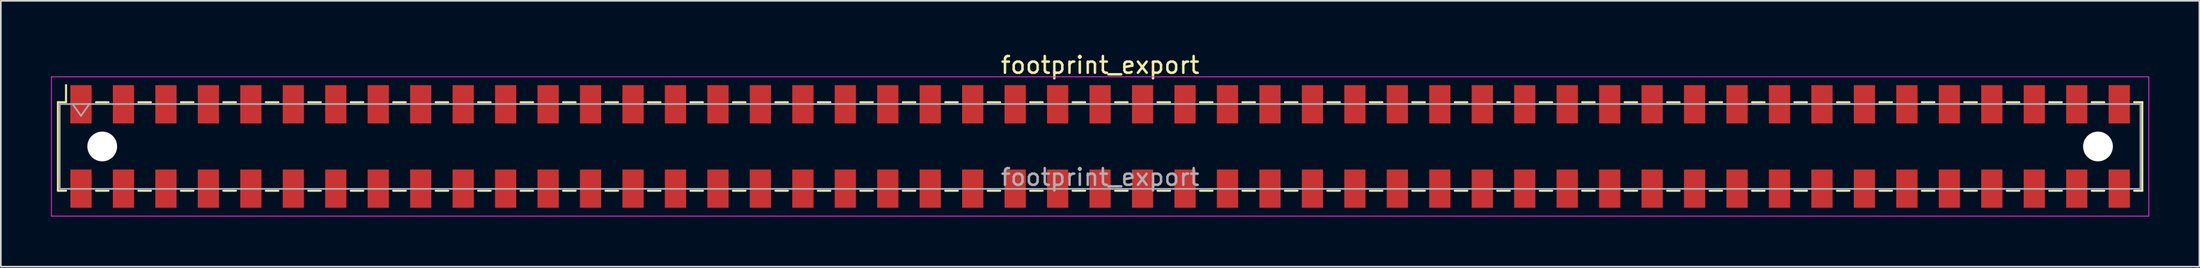
<source format=kicad_pcb>
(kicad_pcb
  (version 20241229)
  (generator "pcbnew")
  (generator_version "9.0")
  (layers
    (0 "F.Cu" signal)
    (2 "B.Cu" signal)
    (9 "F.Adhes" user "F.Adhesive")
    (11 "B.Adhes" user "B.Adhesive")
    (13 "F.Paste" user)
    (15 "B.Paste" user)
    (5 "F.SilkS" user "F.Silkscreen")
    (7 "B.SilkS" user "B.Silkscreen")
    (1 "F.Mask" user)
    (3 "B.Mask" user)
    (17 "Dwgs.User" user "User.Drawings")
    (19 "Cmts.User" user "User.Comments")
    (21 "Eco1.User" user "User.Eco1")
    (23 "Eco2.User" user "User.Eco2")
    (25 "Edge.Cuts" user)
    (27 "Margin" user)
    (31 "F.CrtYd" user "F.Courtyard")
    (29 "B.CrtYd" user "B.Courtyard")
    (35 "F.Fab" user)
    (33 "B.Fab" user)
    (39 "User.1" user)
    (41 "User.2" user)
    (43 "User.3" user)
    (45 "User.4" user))
  (footprint "footprint_export"
    (layer "F.Cu")
    (at 62.755 5.718)
    (property "Reference" "footprint_export" (at 0 -4.87 0) (layer "F.SilkS") (effects (font (size 1 1) (thickness 0.15))))
    (attr smd)
    (fp_line (start -62.34 -2.65) (end -62.34 2.65) (stroke (width 0.12) (type solid)) (layer "F.SilkS"))
    (fp_line (start -62.34 2.65) (end -61.855 2.65) (stroke (width 0.12) (type solid)) (layer "F.SilkS"))
    (fp_line (start -61.855 -3.67) (end -61.855 -2.65) (stroke (width 0.12) (type solid)) (layer "F.SilkS"))
    (fp_line (start -61.855 -2.65) (end -62.34 -2.65) (stroke (width 0.12) (type solid)) (layer "F.SilkS"))
    (fp_line (start -60.065 -2.65) (end -59.315 -2.65) (stroke (width 0.12) (type solid)) (layer "F.SilkS"))
    (fp_line (start -60.065 2.65) (end -59.315 2.65) (stroke (width 0.12) (type solid)) (layer "F.SilkS"))
    (fp_line (start -57.525 -2.65) (end -56.775 -2.65) (stroke (width 0.12) (type solid)) (layer "F.SilkS"))
    (fp_line (start -57.525 2.65) (end -56.775 2.65) (stroke (width 0.12) (type solid)) (layer "F.SilkS"))
    (fp_line (start -54.985 -2.65) (end -54.235 -2.65) (stroke (width 0.12) (type solid)) (layer "F.SilkS"))
    (fp_line (start -54.985 2.65) (end -54.235 2.65) (stroke (width 0.12) (type solid)) (layer "F.SilkS"))
    (fp_line (start -52.445 -2.65) (end -51.695 -2.65) (stroke (width 0.12) (type solid)) (layer "F.SilkS"))
    (fp_line (start -52.445 2.65) (end -51.695 2.65) (stroke (width 0.12) (type solid)) (layer "F.SilkS"))
    (fp_line (start -49.905 -2.65) (end -49.155 -2.65) (stroke (width 0.12) (type solid)) (layer "F.SilkS"))
    (fp_line (start -49.905 2.65) (end -49.155 2.65) (stroke (width 0.12) (type solid)) (layer "F.SilkS"))
    (fp_line (start -47.365 -2.65) (end -46.615 -2.65) (stroke (width 0.12) (type solid)) (layer "F.SilkS"))
    (fp_line (start -47.365 2.65) (end -46.615 2.65) (stroke (width 0.12) (type solid)) (layer "F.SilkS"))
    (fp_line (start -44.825 -2.65) (end -44.075 -2.65) (stroke (width 0.12) (type solid)) (layer "F.SilkS"))
    (fp_line (start -44.825 2.65) (end -44.075 2.65) (stroke (width 0.12) (type solid)) (layer "F.SilkS"))
    (fp_line (start -42.285 -2.65) (end -41.535 -2.65) (stroke (width 0.12) (type solid)) (layer "F.SilkS"))
    (fp_line (start -42.285 2.65) (end -41.535 2.65) (stroke (width 0.12) (type solid)) (layer "F.SilkS"))
    (fp_line (start -39.745 -2.65) (end -38.995 -2.65) (stroke (width 0.12) (type solid)) (layer "F.SilkS"))
    (fp_line (start -39.745 2.65) (end -38.995 2.65) (stroke (width 0.12) (type solid)) (layer "F.SilkS"))
    (fp_line (start -37.205 -2.65) (end -36.455 -2.65) (stroke (width 0.12) (type solid)) (layer "F.SilkS"))
    (fp_line (start -37.205 2.65) (end -36.455 2.65) (stroke (width 0.12) (type solid)) (layer "F.SilkS"))
    (fp_line (start -34.665 -2.65) (end -33.915 -2.65) (stroke (width 0.12) (type solid)) (layer "F.SilkS"))
    (fp_line (start -34.665 2.65) (end -33.915 2.65) (stroke (width 0.12) (type solid)) (layer "F.SilkS"))
    (fp_line (start -32.125 -2.65) (end -31.375 -2.65) (stroke (width 0.12) (type solid)) (layer "F.SilkS"))
    (fp_line (start -32.125 2.65) (end -31.375 2.65) (stroke (width 0.12) (type solid)) (layer "F.SilkS"))
    (fp_line (start -29.585 -2.65) (end -28.835 -2.65) (stroke (width 0.12) (type solid)) (layer "F.SilkS"))
    (fp_line (start -29.585 2.65) (end -28.835 2.65) (stroke (width 0.12) (type solid)) (layer "F.SilkS"))
    (fp_line (start -27.045 -2.65) (end -26.295 -2.65) (stroke (width 0.12) (type solid)) (layer "F.SilkS"))
    (fp_line (start -27.045 2.65) (end -26.295 2.65) (stroke (width 0.12) (type solid)) (layer "F.SilkS"))
    (fp_line (start -24.505 -2.65) (end -23.755 -2.65) (stroke (width 0.12) (type solid)) (layer "F.SilkS"))
    (fp_line (start -24.505 2.65) (end -23.755 2.65) (stroke (width 0.12) (type solid)) (layer "F.SilkS"))
    (fp_line (start -21.965 -2.65) (end -21.215 -2.65) (stroke (width 0.12) (type solid)) (layer "F.SilkS"))
    (fp_line (start -21.965 2.65) (end -21.215 2.65) (stroke (width 0.12) (type solid)) (layer "F.SilkS"))
    (fp_line (start -19.425 -2.65) (end -18.675 -2.65) (stroke (width 0.12) (type solid)) (layer "F.SilkS"))
    (fp_line (start -19.425 2.65) (end -18.675 2.65) (stroke (width 0.12) (type solid)) (layer "F.SilkS"))
    (fp_line (start -16.885 -2.65) (end -16.135 -2.65) (stroke (width 0.12) (type solid)) (layer "F.SilkS"))
    (fp_line (start -16.885 2.65) (end -16.135 2.65) (stroke (width 0.12) (type solid)) (layer "F.SilkS"))
    (fp_line (start -14.345 -2.65) (end -13.595 -2.65) (stroke (width 0.12) (type solid)) (layer "F.SilkS"))
    (fp_line (start -14.345 2.65) (end -13.595 2.65) (stroke (width 0.12) (type solid)) (layer "F.SilkS"))
    (fp_line (start -11.805 -2.65) (end -11.055 -2.65) (stroke (width 0.12) (type solid)) (layer "F.SilkS"))
    (fp_line (start -11.805 2.65) (end -11.055 2.65) (stroke (width 0.12) (type solid)) (layer "F.SilkS"))
    (fp_line (start -9.265 -2.65) (end -8.515 -2.65) (stroke (width 0.12) (type solid)) (layer "F.SilkS"))
    (fp_line (start -9.265 2.65) (end -8.515 2.65) (stroke (width 0.12) (type solid)) (layer "F.SilkS"))
    (fp_line (start -6.725 -2.65) (end -5.975 -2.65) (stroke (width 0.12) (type solid)) (layer "F.SilkS"))
    (fp_line (start -6.725 2.65) (end -5.975 2.65) (stroke (width 0.12) (type solid)) (layer "F.SilkS"))
    (fp_line (start -4.185 -2.65) (end -3.435 -2.65) (stroke (width 0.12) (type solid)) (layer "F.SilkS"))
    (fp_line (start -4.185 2.65) (end -3.435 2.65) (stroke (width 0.12) (type solid)) (layer "F.SilkS"))
    (fp_line (start -1.645 -2.65) (end -0.895 -2.65) (stroke (width 0.12) (type solid)) (layer "F.SilkS"))
    (fp_line (start -1.645 2.65) (end -0.895 2.65) (stroke (width 0.12) (type solid)) (layer "F.SilkS"))
    (fp_line (start 0.895 -2.65) (end 1.645 -2.65) (stroke (width 0.12) (type solid)) (layer "F.SilkS"))
    (fp_line (start 0.895 2.65) (end 1.645 2.65) (stroke (width 0.12) (type solid)) (layer "F.SilkS"))
    (fp_line (start 3.435 -2.65) (end 4.185 -2.65) (stroke (width 0.12) (type solid)) (layer "F.SilkS"))
    (fp_line (start 3.435 2.65) (end 4.185 2.65) (stroke (width 0.12) (type solid)) (layer "F.SilkS"))
    (fp_line (start 5.975 -2.65) (end 6.725 -2.65) (stroke (width 0.12) (type solid)) (layer "F.SilkS"))
    (fp_line (start 5.975 2.65) (end 6.725 2.65) (stroke (width 0.12) (type solid)) (layer "F.SilkS"))
    (fp_line (start 8.515 -2.65) (end 9.265 -2.65) (stroke (width 0.12) (type solid)) (layer "F.SilkS"))
    (fp_line (start 8.515 2.65) (end 9.265 2.65) (stroke (width 0.12) (type solid)) (layer "F.SilkS"))
    (fp_line (start 11.055 -2.65) (end 11.805 -2.65) (stroke (width 0.12) (type solid)) (layer "F.SilkS"))
    (fp_line (start 11.055 2.65) (end 11.805 2.65) (stroke (width 0.12) (type solid)) (layer "F.SilkS"))
    (fp_line (start 13.595 -2.65) (end 14.345 -2.65) (stroke (width 0.12) (type solid)) (layer "F.SilkS"))
    (fp_line (start 13.595 2.65) (end 14.345 2.65) (stroke (width 0.12) (type solid)) (layer "F.SilkS"))
    (fp_line (start 16.135 -2.65) (end 16.885 -2.65) (stroke (width 0.12) (type solid)) (layer "F.SilkS"))
    (fp_line (start 16.135 2.65) (end 16.885 2.65) (stroke (width 0.12) (type solid)) (layer "F.SilkS"))
    (fp_line (start 18.675 -2.65) (end 19.425 -2.65) (stroke (width 0.12) (type solid)) (layer "F.SilkS"))
    (fp_line (start 18.675 2.65) (end 19.425 2.65) (stroke (width 0.12) (type solid)) (layer "F.SilkS"))
    (fp_line (start 21.215 -2.65) (end 21.965 -2.65) (stroke (width 0.12) (type solid)) (layer "F.SilkS"))
    (fp_line (start 21.215 2.65) (end 21.965 2.65) (stroke (width 0.12) (type solid)) (layer "F.SilkS"))
    (fp_line (start 23.755 -2.65) (end 24.505 -2.65) (stroke (width 0.12) (type solid)) (layer "F.SilkS"))
    (fp_line (start 23.755 2.65) (end 24.505 2.65) (stroke (width 0.12) (type solid)) (layer "F.SilkS"))
    (fp_line (start 26.295 -2.65) (end 27.045 -2.65) (stroke (width 0.12) (type solid)) (layer "F.SilkS"))
    (fp_line (start 26.295 2.65) (end 27.045 2.65) (stroke (width 0.12) (type solid)) (layer "F.SilkS"))
    (fp_line (start 28.835 -2.65) (end 29.585 -2.65) (stroke (width 0.12) (type solid)) (layer "F.SilkS"))
    (fp_line (start 28.835 2.65) (end 29.585 2.65) (stroke (width 0.12) (type solid)) (layer "F.SilkS"))
    (fp_line (start 31.375 -2.65) (end 32.125 -2.65) (stroke (width 0.12) (type solid)) (layer "F.SilkS"))
    (fp_line (start 31.375 2.65) (end 32.125 2.65) (stroke (width 0.12) (type solid)) (layer "F.SilkS"))
    (fp_line (start 33.915 -2.65) (end 34.665 -2.65) (stroke (width 0.12) (type solid)) (layer "F.SilkS"))
    (fp_line (start 33.915 2.65) (end 34.665 2.65) (stroke (width 0.12) (type solid)) (layer "F.SilkS"))
    (fp_line (start 36.455 -2.65) (end 37.205 -2.65) (stroke (width 0.12) (type solid)) (layer "F.SilkS"))
    (fp_line (start 36.455 2.65) (end 37.205 2.65) (stroke (width 0.12) (type solid)) (layer "F.SilkS"))
    (fp_line (start 38.995 -2.65) (end 39.745 -2.65) (stroke (width 0.12) (type solid)) (layer "F.SilkS"))
    (fp_line (start 38.995 2.65) (end 39.745 2.65) (stroke (width 0.12) (type solid)) (layer "F.SilkS"))
    (fp_line (start 41.535 -2.65) (end 42.285 -2.65) (stroke (width 0.12) (type solid)) (layer "F.SilkS"))
    (fp_line (start 41.535 2.65) (end 42.285 2.65) (stroke (width 0.12) (type solid)) (layer "F.SilkS"))
    (fp_line (start 44.075 -2.65) (end 44.825 -2.65) (stroke (width 0.12) (type solid)) (layer "F.SilkS"))
    (fp_line (start 44.075 2.65) (end 44.825 2.65) (stroke (width 0.12) (type solid)) (layer "F.SilkS"))
    (fp_line (start 46.615 -2.65) (end 47.365 -2.65) (stroke (width 0.12) (type solid)) (layer "F.SilkS"))
    (fp_line (start 46.615 2.65) (end 47.365 2.65) (stroke (width 0.12) (type solid)) (layer "F.SilkS"))
    (fp_line (start 49.155 -2.65) (end 49.905 -2.65) (stroke (width 0.12) (type solid)) (layer "F.SilkS"))
    (fp_line (start 49.155 2.65) (end 49.905 2.65) (stroke (width 0.12) (type solid)) (layer "F.SilkS"))
    (fp_line (start 51.695 -2.65) (end 52.445 -2.65) (stroke (width 0.12) (type solid)) (layer "F.SilkS"))
    (fp_line (start 51.695 2.65) (end 52.445 2.65) (stroke (width 0.12) (type solid)) (layer "F.SilkS"))
    (fp_line (start 54.235 -2.65) (end 54.985 -2.65) (stroke (width 0.12) (type solid)) (layer "F.SilkS"))
    (fp_line (start 54.235 2.65) (end 54.985 2.65) (stroke (width 0.12) (type solid)) (layer "F.SilkS"))
    (fp_line (start 56.775 -2.65) (end 57.525 -2.65) (stroke (width 0.12) (type solid)) (layer "F.SilkS"))
    (fp_line (start 56.775 2.65) (end 57.525 2.65) (stroke (width 0.12) (type solid)) (layer "F.SilkS"))
    (fp_line (start 59.315 -2.65) (end 60.065 -2.65) (stroke (width 0.12) (type solid)) (layer "F.SilkS"))
    (fp_line (start 59.315 2.65) (end 60.065 2.65) (stroke (width 0.12) (type solid)) (layer "F.SilkS"))
    (fp_line (start 61.855 -2.65) (end 62.34 -2.65) (stroke (width 0.12) (type solid)) (layer "F.SilkS"))
    (fp_line (start 62.34 -2.65) (end 62.34 2.65) (stroke (width 0.12) (type solid)) (layer "F.SilkS"))
    (fp_line (start 62.34 2.65) (end 61.855 2.65) (stroke (width 0.12) (type solid)) (layer "F.SilkS"))
    (fp_line (start -62.73 -4.17) (end 62.73 -4.17) (stroke (width 0.05) (type solid)) (layer "F.CrtYd"))
    (fp_line (start -62.73 4.17) (end -62.73 -4.17) (stroke (width 0.05) (type solid)) (layer "F.CrtYd"))
    (fp_line (start 62.73 -4.17) (end 62.73 4.17) (stroke (width 0.05) (type solid)) (layer "F.CrtYd"))
    (fp_line (start 62.73 4.17) (end -62.73 4.17) (stroke (width 0.05) (type solid)) (layer "F.CrtYd"))
    (fp_line (start -62.23 -2.54) (end 62.23 -2.54) (stroke (width 0.1) (type solid)) (layer "F.Fab"))
    (fp_line (start -62.23 2.54) (end -62.23 -2.54) (stroke (width 0.1) (type solid)) (layer "F.Fab"))
    (fp_line (start -61.46 -2.54) (end -60.96 -1.833) (stroke (width 0.1) (type solid)) (layer "F.Fab"))
    (fp_line (start -60.96 -1.833) (end -60.46 -2.54) (stroke (width 0.1) (type solid)) (layer "F.Fab"))
    (fp_line (start 62.23 -2.54) (end 62.23 2.54) (stroke (width 0.1) (type solid)) (layer "F.Fab"))
    (fp_line (start 62.23 2.54) (end -62.23 2.54) (stroke (width 0.1) (type solid)) (layer "F.Fab"))
    (fp_text user "${REFERENCE}" (at 0 1.84 0) (layer "F.Fab") (effects (font (size 1 1) (thickness 0.15))))
    (pad "" np_thru_hole circle (at -59.69 0) (size 1.78 1.78) (drill 1.78) (layers "*.Cu" "*.Mask"))
    (pad "" np_thru_hole circle (at 59.69 0) (size 1.78 1.78) (drill 1.78) (layers "*.Cu" "*.Mask"))
    (pad "1" smd rect (at -60.96 -2.525) (size 1.27 2.29) (layers "F.Cu" "F.Mask" "F.Paste"))
    (pad "2" smd rect (at -60.96 2.525) (size 1.27 2.29) (layers "F.Cu" "F.Mask" "F.Paste"))
    (pad "3" smd rect (at -58.42 -2.525) (size 1.27 2.29) (layers "F.Cu" "F.Mask" "F.Paste"))
    (pad "4" smd rect (at -58.42 2.525) (size 1.27 2.29) (layers "F.Cu" "F.Mask" "F.Paste"))
    (pad "5" smd rect (at -55.88 -2.525) (size 1.27 2.29) (layers "F.Cu" "F.Mask" "F.Paste"))
    (pad "6" smd rect (at -55.88 2.525) (size 1.27 2.29) (layers "F.Cu" "F.Mask" "F.Paste"))
    (pad "7" smd rect (at -53.34 -2.525) (size 1.27 2.29) (layers "F.Cu" "F.Mask" "F.Paste"))
    (pad "8" smd rect (at -53.34 2.525) (size 1.27 2.29) (layers "F.Cu" "F.Mask" "F.Paste"))
    (pad "9" smd rect (at -50.8 -2.525) (size 1.27 2.29) (layers "F.Cu" "F.Mask" "F.Paste"))
    (pad "10" smd rect (at -50.8 2.525) (size 1.27 2.29) (layers "F.Cu" "F.Mask" "F.Paste"))
    (pad "11" smd rect (at -48.26 -2.525) (size 1.27 2.29) (layers "F.Cu" "F.Mask" "F.Paste"))
    (pad "12" smd rect (at -48.26 2.525) (size 1.27 2.29) (layers "F.Cu" "F.Mask" "F.Paste"))
    (pad "13" smd rect (at -45.72 -2.525) (size 1.27 2.29) (layers "F.Cu" "F.Mask" "F.Paste"))
    (pad "14" smd rect (at -45.72 2.525) (size 1.27 2.29) (layers "F.Cu" "F.Mask" "F.Paste"))
    (pad "15" smd rect (at -43.18 -2.525) (size 1.27 2.29) (layers "F.Cu" "F.Mask" "F.Paste"))
    (pad "16" smd rect (at -43.18 2.525) (size 1.27 2.29) (layers "F.Cu" "F.Mask" "F.Paste"))
    (pad "17" smd rect (at -40.64 -2.525) (size 1.27 2.29) (layers "F.Cu" "F.Mask" "F.Paste"))
    (pad "18" smd rect (at -40.64 2.525) (size 1.27 2.29) (layers "F.Cu" "F.Mask" "F.Paste"))
    (pad "19" smd rect (at -38.1 -2.525) (size 1.27 2.29) (layers "F.Cu" "F.Mask" "F.Paste"))
    (pad "20" smd rect (at -38.1 2.525) (size 1.27 2.29) (layers "F.Cu" "F.Mask" "F.Paste"))
    (pad "21" smd rect (at -35.56 -2.525) (size 1.27 2.29) (layers "F.Cu" "F.Mask" "F.Paste"))
    (pad "22" smd rect (at -35.56 2.525) (size 1.27 2.29) (layers "F.Cu" "F.Mask" "F.Paste"))
    (pad "23" smd rect (at -33.02 -2.525) (size 1.27 2.29) (layers "F.Cu" "F.Mask" "F.Paste"))
    (pad "24" smd rect (at -33.02 2.525) (size 1.27 2.29) (layers "F.Cu" "F.Mask" "F.Paste"))
    (pad "25" smd rect (at -30.48 -2.525) (size 1.27 2.29) (layers "F.Cu" "F.Mask" "F.Paste"))
    (pad "26" smd rect (at -30.48 2.525) (size 1.27 2.29) (layers "F.Cu" "F.Mask" "F.Paste"))
    (pad "27" smd rect (at -27.94 -2.525) (size 1.27 2.29) (layers "F.Cu" "F.Mask" "F.Paste"))
    (pad "28" smd rect (at -27.94 2.525) (size 1.27 2.29) (layers "F.Cu" "F.Mask" "F.Paste"))
    (pad "29" smd rect (at -25.4 -2.525) (size 1.27 2.29) (layers "F.Cu" "F.Mask" "F.Paste"))
    (pad "30" smd rect (at -25.4 2.525) (size 1.27 2.29) (layers "F.Cu" "F.Mask" "F.Paste"))
    (pad "31" smd rect (at -22.86 -2.525) (size 1.27 2.29) (layers "F.Cu" "F.Mask" "F.Paste"))
    (pad "32" smd rect (at -22.86 2.525) (size 1.27 2.29) (layers "F.Cu" "F.Mask" "F.Paste"))
    (pad "33" smd rect (at -20.32 -2.525) (size 1.27 2.29) (layers "F.Cu" "F.Mask" "F.Paste"))
    (pad "34" smd rect (at -20.32 2.525) (size 1.27 2.29) (layers "F.Cu" "F.Mask" "F.Paste"))
    (pad "35" smd rect (at -17.78 -2.525) (size 1.27 2.29) (layers "F.Cu" "F.Mask" "F.Paste"))
    (pad "36" smd rect (at -17.78 2.525) (size 1.27 2.29) (layers "F.Cu" "F.Mask" "F.Paste"))
    (pad "37" smd rect (at -15.24 -2.525) (size 1.27 2.29) (layers "F.Cu" "F.Mask" "F.Paste"))
    (pad "38" smd rect (at -15.24 2.525) (size 1.27 2.29) (layers "F.Cu" "F.Mask" "F.Paste"))
    (pad "39" smd rect (at -12.7 -2.525) (size 1.27 2.29) (layers "F.Cu" "F.Mask" "F.Paste"))
    (pad "40" smd rect (at -12.7 2.525) (size 1.27 2.29) (layers "F.Cu" "F.Mask" "F.Paste"))
    (pad "41" smd rect (at -10.16 -2.525) (size 1.27 2.29) (layers "F.Cu" "F.Mask" "F.Paste"))
    (pad "42" smd rect (at -10.16 2.525) (size 1.27 2.29) (layers "F.Cu" "F.Mask" "F.Paste"))
    (pad "43" smd rect (at -7.62 -2.525) (size 1.27 2.29) (layers "F.Cu" "F.Mask" "F.Paste"))
    (pad "44" smd rect (at -7.62 2.525) (size 1.27 2.29) (layers "F.Cu" "F.Mask" "F.Paste"))
    (pad "45" smd rect (at -5.08 -2.525) (size 1.27 2.29) (layers "F.Cu" "F.Mask" "F.Paste"))
    (pad "46" smd rect (at -5.08 2.525) (size 1.27 2.29) (layers "F.Cu" "F.Mask" "F.Paste"))
    (pad "47" smd rect (at -2.54 -2.525) (size 1.27 2.29) (layers "F.Cu" "F.Mask" "F.Paste"))
    (pad "48" smd rect (at -2.54 2.525) (size 1.27 2.29) (layers "F.Cu" "F.Mask" "F.Paste"))
    (pad "49" smd rect (at 0 -2.525) (size 1.27 2.29) (layers "F.Cu" "F.Mask" "F.Paste"))
    (pad "50" smd rect (at 0 2.525) (size 1.27 2.29) (layers "F.Cu" "F.Mask" "F.Paste"))
    (pad "51" smd rect (at 2.54 -2.525) (size 1.27 2.29) (layers "F.Cu" "F.Mask" "F.Paste"))
    (pad "52" smd rect (at 2.54 2.525) (size 1.27 2.29) (layers "F.Cu" "F.Mask" "F.Paste"))
    (pad "53" smd rect (at 5.08 -2.525) (size 1.27 2.29) (layers "F.Cu" "F.Mask" "F.Paste"))
    (pad "54" smd rect (at 5.08 2.525) (size 1.27 2.29) (layers "F.Cu" "F.Mask" "F.Paste"))
    (pad "55" smd rect (at 7.62 -2.525) (size 1.27 2.29) (layers "F.Cu" "F.Mask" "F.Paste"))
    (pad "56" smd rect (at 7.62 2.525) (size 1.27 2.29) (layers "F.Cu" "F.Mask" "F.Paste"))
    (pad "57" smd rect (at 10.16 -2.525) (size 1.27 2.29) (layers "F.Cu" "F.Mask" "F.Paste"))
    (pad "58" smd rect (at 10.16 2.525) (size 1.27 2.29) (layers "F.Cu" "F.Mask" "F.Paste"))
    (pad "59" smd rect (at 12.7 -2.525) (size 1.27 2.29) (layers "F.Cu" "F.Mask" "F.Paste"))
    (pad "60" smd rect (at 12.7 2.525) (size 1.27 2.29) (layers "F.Cu" "F.Mask" "F.Paste"))
    (pad "61" smd rect (at 15.24 -2.525) (size 1.27 2.29) (layers "F.Cu" "F.Mask" "F.Paste"))
    (pad "62" smd rect (at 15.24 2.525) (size 1.27 2.29) (layers "F.Cu" "F.Mask" "F.Paste"))
    (pad "63" smd rect (at 17.78 -2.525) (size 1.27 2.29) (layers "F.Cu" "F.Mask" "F.Paste"))
    (pad "64" smd rect (at 17.78 2.525) (size 1.27 2.29) (layers "F.Cu" "F.Mask" "F.Paste"))
    (pad "65" smd rect (at 20.32 -2.525) (size 1.27 2.29) (layers "F.Cu" "F.Mask" "F.Paste"))
    (pad "66" smd rect (at 20.32 2.525) (size 1.27 2.29) (layers "F.Cu" "F.Mask" "F.Paste"))
    (pad "67" smd rect (at 22.86 -2.525) (size 1.27 2.29) (layers "F.Cu" "F.Mask" "F.Paste"))
    (pad "68" smd rect (at 22.86 2.525) (size 1.27 2.29) (layers "F.Cu" "F.Mask" "F.Paste"))
    (pad "69" smd rect (at 25.4 -2.525) (size 1.27 2.29) (layers "F.Cu" "F.Mask" "F.Paste"))
    (pad "70" smd rect (at 25.4 2.525) (size 1.27 2.29) (layers "F.Cu" "F.Mask" "F.Paste"))
    (pad "71" smd rect (at 27.94 -2.525) (size 1.27 2.29) (layers "F.Cu" "F.Mask" "F.Paste"))
    (pad "72" smd rect (at 27.94 2.525) (size 1.27 2.29) (layers "F.Cu" "F.Mask" "F.Paste"))
    (pad "73" smd rect (at 30.48 -2.525) (size 1.27 2.29) (layers "F.Cu" "F.Mask" "F.Paste"))
    (pad "74" smd rect (at 30.48 2.525) (size 1.27 2.29) (layers "F.Cu" "F.Mask" "F.Paste"))
    (pad "75" smd rect (at 33.02 -2.525) (size 1.27 2.29) (layers "F.Cu" "F.Mask" "F.Paste"))
    (pad "76" smd rect (at 33.02 2.525) (size 1.27 2.29) (layers "F.Cu" "F.Mask" "F.Paste"))
    (pad "77" smd rect (at 35.56 -2.525) (size 1.27 2.29) (layers "F.Cu" "F.Mask" "F.Paste"))
    (pad "78" smd rect (at 35.56 2.525) (size 1.27 2.29) (layers "F.Cu" "F.Mask" "F.Paste"))
    (pad "79" smd rect (at 38.1 -2.525) (size 1.27 2.29) (layers "F.Cu" "F.Mask" "F.Paste"))
    (pad "80" smd rect (at 38.1 2.525) (size 1.27 2.29) (layers "F.Cu" "F.Mask" "F.Paste"))
    (pad "81" smd rect (at 40.64 -2.525) (size 1.27 2.29) (layers "F.Cu" "F.Mask" "F.Paste"))
    (pad "82" smd rect (at 40.64 2.525) (size 1.27 2.29) (layers "F.Cu" "F.Mask" "F.Paste"))
    (pad "83" smd rect (at 43.18 -2.525) (size 1.27 2.29) (layers "F.Cu" "F.Mask" "F.Paste"))
    (pad "84" smd rect (at 43.18 2.525) (size 1.27 2.29) (layers "F.Cu" "F.Mask" "F.Paste"))
    (pad "85" smd rect (at 45.72 -2.525) (size 1.27 2.29) (layers "F.Cu" "F.Mask" "F.Paste"))
    (pad "86" smd rect (at 45.72 2.525) (size 1.27 2.29) (layers "F.Cu" "F.Mask" "F.Paste"))
    (pad "87" smd rect (at 48.26 -2.525) (size 1.27 2.29) (layers "F.Cu" "F.Mask" "F.Paste"))
    (pad "88" smd rect (at 48.26 2.525) (size 1.27 2.29) (layers "F.Cu" "F.Mask" "F.Paste"))
    (pad "89" smd rect (at 50.8 -2.525) (size 1.27 2.29) (layers "F.Cu" "F.Mask" "F.Paste"))
    (pad "90" smd rect (at 50.8 2.525) (size 1.27 2.29) (layers "F.Cu" "F.Mask" "F.Paste"))
    (pad "91" smd rect (at 53.34 -2.525) (size 1.27 2.29) (layers "F.Cu" "F.Mask" "F.Paste"))
    (pad "92" smd rect (at 53.34 2.525) (size 1.27 2.29) (layers "F.Cu" "F.Mask" "F.Paste"))
    (pad "93" smd rect (at 55.88 -2.525) (size 1.27 2.29) (layers "F.Cu" "F.Mask" "F.Paste"))
    (pad "94" smd rect (at 55.88 2.525) (size 1.27 2.29) (layers "F.Cu" "F.Mask" "F.Paste"))
    (pad "95" smd rect (at 58.42 -2.525) (size 1.27 2.29) (layers "F.Cu" "F.Mask" "F.Paste"))
    (pad "96" smd rect (at 58.42 2.525) (size 1.27 2.29) (layers "F.Cu" "F.Mask" "F.Paste"))
    (pad "97" smd rect (at 60.96 -2.525) (size 1.27 2.29) (layers "F.Cu" "F.Mask" "F.Paste"))
    (pad "98" smd rect (at 60.96 2.525) (size 1.27 2.29) (layers "F.Cu" "F.Mask" "F.Paste")))
  (gr_rect
    (start -3 -3)
    (end 128.51 12.913)
    (stroke (width 0.1) (type default))
    (fill no)
    (layer "Edge.Cuts")))
</source>
